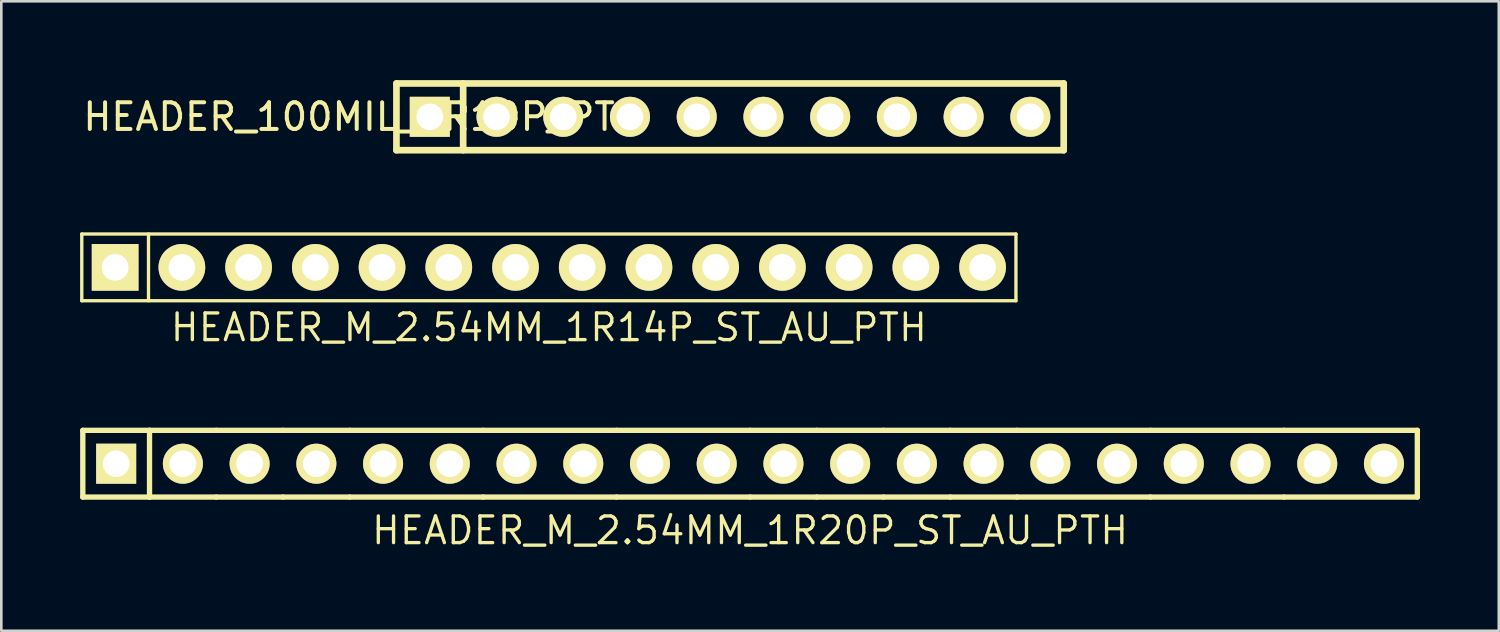
<source format=kicad_pcb>
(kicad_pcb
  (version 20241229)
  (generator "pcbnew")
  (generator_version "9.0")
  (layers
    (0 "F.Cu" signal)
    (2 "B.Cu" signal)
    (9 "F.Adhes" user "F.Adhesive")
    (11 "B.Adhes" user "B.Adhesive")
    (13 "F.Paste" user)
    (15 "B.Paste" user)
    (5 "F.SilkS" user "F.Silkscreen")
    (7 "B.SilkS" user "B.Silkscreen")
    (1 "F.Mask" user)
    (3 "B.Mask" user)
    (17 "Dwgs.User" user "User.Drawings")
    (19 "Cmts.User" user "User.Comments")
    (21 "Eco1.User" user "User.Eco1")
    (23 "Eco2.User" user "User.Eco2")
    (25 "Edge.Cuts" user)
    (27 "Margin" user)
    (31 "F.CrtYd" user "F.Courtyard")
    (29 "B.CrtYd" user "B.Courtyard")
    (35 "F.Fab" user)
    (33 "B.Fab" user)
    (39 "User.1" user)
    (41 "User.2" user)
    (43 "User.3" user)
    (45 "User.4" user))
  (footprint "HEADER_100MIL_1R10P_PTH"
    (layer "F.Cu")
    (at 24.741 1.397)
    (property "Reference" "HEADER_100MIL_1R10P_PTH" (at -13.97 0 0) (layer "F.SilkS") (effects (font (size 1.016 1.016) (thickness 0.152))))
    (attr through_hole)
    (fp_line (start -12.7 -1.27) (end 12.7 -1.27) (stroke (width 0.254) (type solid)) (layer "F.SilkS"))
    (fp_line (start -12.7 1.27) (end -12.7 -1.27) (stroke (width 0.254) (type solid)) (layer "F.SilkS"))
    (fp_line (start -10.16 -1.27) (end -10.16 1.27) (stroke (width 0.254) (type solid)) (layer "F.SilkS"))
    (fp_line (start 12.7 -1.27) (end 12.7 1.27) (stroke (width 0.254) (type solid)) (layer "F.SilkS"))
    (fp_line (start 12.7 1.27) (end -12.7 1.27) (stroke (width 0.254) (type solid)) (layer "F.SilkS"))
    (pad "1" thru_hole rect (at -11.43 0) (size 1.524 1.524) (drill 1.016) (layers "*.Cu" "*.Mask" "F.SilkS"))
    (pad "2" thru_hole circle (at -8.89 0) (size 1.524 1.524) (drill 1.016) (layers "*.Cu" "*.Mask" "F.SilkS"))
    (pad "3" thru_hole circle (at -6.35 0) (size 1.524 1.524) (drill 1.016) (layers "*.Cu" "*.Mask" "F.SilkS"))
    (pad "4" thru_hole circle (at -3.81 0) (size 1.524 1.524) (drill 1.016) (layers "*.Cu" "*.Mask" "F.SilkS"))
    (pad "5" thru_hole circle (at -1.27 0) (size 1.524 1.524) (drill 1.016) (layers "*.Cu" "*.Mask" "F.SilkS"))
    (pad "6" thru_hole circle (at 1.27 0) (size 1.524 1.524) (drill 1.016) (layers "*.Cu" "*.Mask" "F.SilkS"))
    (pad "7" thru_hole circle (at 3.81 0) (size 1.524 1.524) (drill 1.016) (layers "*.Cu" "*.Mask" "F.SilkS"))
    (pad "8" thru_hole circle (at 6.35 0) (size 1.524 1.524) (drill 1.016) (layers "*.Cu" "*.Mask" "F.SilkS"))
    (pad "9" thru_hole circle (at 8.89 0) (size 1.524 1.524) (drill 1.016) (layers "*.Cu" "*.Mask" "F.SilkS"))
    (pad "10" thru_hole circle (at 11.43 0) (size 1.524 1.524) (drill 1.016) (layers "*.Cu" "*.Mask" "F.SilkS")))
  (footprint "HEADER_M_2.54MM_1R20P_ST_AU_PTH"
    (layer "F.Cu")
    (at 25.502 14.602)
    (property "Reference" "HEADER_M_2.54MM_1R20P_ST_AU_PTH" (at 0 2.54 0) (layer "F.SilkS") (effects (font (size 1.016 1.016) (thickness 0.127))))
    (attr through_hole)
    (fp_line (start -25.4 -1.27) (end -22.86 -1.27) (stroke (width 0.203) (type solid)) (layer "F.SilkS"))
    (fp_line (start -25.4 1.27) (end -25.4 -1.27) (stroke (width 0.203) (type solid)) (layer "F.SilkS"))
    (fp_line (start -25.4 1.27) (end -22.86 1.27) (stroke (width 0.203) (type solid)) (layer "F.SilkS"))
    (fp_line (start -22.86 -1.27) (end -22.86 1.27) (stroke (width 0.203) (type solid)) (layer "F.SilkS"))
    (fp_line (start -22.86 -1.27) (end -20.32 -1.27) (stroke (width 0.203) (type solid)) (layer "F.SilkS"))
    (fp_line (start -22.86 1.27) (end -20.32 1.27) (stroke (width 0.203) (type solid)) (layer "F.SilkS"))
    (fp_line (start -20.32 -1.27) (end -17.78 -1.27) (stroke (width 0.203) (type solid)) (layer "F.SilkS"))
    (fp_line (start -20.32 1.27) (end -17.78 1.27) (stroke (width 0.203) (type solid)) (layer "F.SilkS"))
    (fp_line (start -17.78 -1.27) (end -15.24 -1.27) (stroke (width 0.203) (type solid)) (layer "F.SilkS"))
    (fp_line (start -17.78 1.27) (end -15.24 1.27) (stroke (width 0.203) (type solid)) (layer "F.SilkS"))
    (fp_line (start -15.24 -1.27) (end -10.16 -1.27) (stroke (width 0.203) (type solid)) (layer "F.SilkS"))
    (fp_line (start -15.24 1.27) (end -10.16 1.27) (stroke (width 0.203) (type solid)) (layer "F.SilkS"))
    (fp_line (start -10.16 -1.27) (end -5.08 -1.27) (stroke (width 0.203) (type solid)) (layer "F.SilkS"))
    (fp_line (start -10.16 1.27) (end -5.08 1.27) (stroke (width 0.203) (type solid)) (layer "F.SilkS"))
    (fp_line (start -5.08 -1.27) (end 0 -1.27) (stroke (width 0.203) (type solid)) (layer "F.SilkS"))
    (fp_line (start -5.08 1.27) (end 0 1.27) (stroke (width 0.203) (type solid)) (layer "F.SilkS"))
    (fp_line (start 0 -1.27) (end 2.54 -1.27) (stroke (width 0.203) (type solid)) (layer "F.SilkS"))
    (fp_line (start 0 1.27) (end 2.54 1.27) (stroke (width 0.203) (type solid)) (layer "F.SilkS"))
    (fp_line (start 2.54 -1.27) (end 5.08 -1.27) (stroke (width 0.203) (type solid)) (layer "F.SilkS"))
    (fp_line (start 2.54 1.27) (end 5.08 1.27) (stroke (width 0.203) (type solid)) (layer "F.SilkS"))
    (fp_line (start 5.08 -1.27) (end 7.62 -1.27) (stroke (width 0.203) (type solid)) (layer "F.SilkS"))
    (fp_line (start 5.08 1.27) (end 7.62 1.27) (stroke (width 0.203) (type solid)) (layer "F.SilkS"))
    (fp_line (start 7.62 -1.27) (end 10.16 -1.27) (stroke (width 0.203) (type solid)) (layer "F.SilkS"))
    (fp_line (start 7.62 1.27) (end 10.16 1.27) (stroke (width 0.203) (type solid)) (layer "F.SilkS"))
    (fp_line (start 10.16 -1.27) (end 15.24 -1.27) (stroke (width 0.203) (type solid)) (layer "F.SilkS"))
    (fp_line (start 10.16 1.27) (end 15.24 1.27) (stroke (width 0.203) (type solid)) (layer "F.SilkS"))
    (fp_line (start 15.24 -1.27) (end 20.32 -1.27) (stroke (width 0.203) (type solid)) (layer "F.SilkS"))
    (fp_line (start 15.24 1.27) (end 20.32 1.27) (stroke (width 0.203) (type solid)) (layer "F.SilkS"))
    (fp_line (start 20.32 -1.27) (end 25.4 -1.27) (stroke (width 0.203) (type solid)) (layer "F.SilkS"))
    (fp_line (start 20.32 1.27) (end 25.4 1.27) (stroke (width 0.203) (type solid)) (layer "F.SilkS"))
    (fp_line (start 25.4 -1.27) (end 25.4 1.27) (stroke (width 0.203) (type solid)) (layer "F.SilkS"))
    (pad "1" thru_hole rect (at -24.13 0) (size 1.524 1.524) (drill 1.016) (layers "*.Cu" "*.Mask" "F.SilkS"))
    (pad "2" thru_hole circle (at -21.59 0) (size 1.524 1.524) (drill 1.016) (layers "*.Cu" "*.Mask" "F.SilkS"))
    (pad "3" thru_hole circle (at -19.05 0) (size 1.524 1.524) (drill 1.016) (layers "*.Cu" "*.Mask" "F.SilkS"))
    (pad "4" thru_hole circle (at -16.51 0) (size 1.524 1.524) (drill 1.016) (layers "*.Cu" "*.Mask" "F.SilkS"))
    (pad "5" thru_hole circle (at -13.97 0) (size 1.524 1.524) (drill 1.016) (layers "*.Cu" "*.Mask" "F.SilkS"))
    (pad "6" thru_hole circle (at -11.43 0) (size 1.524 1.524) (drill 1.016) (layers "*.Cu" "*.Mask" "F.SilkS"))
    (pad "7" thru_hole circle (at -8.89 0) (size 1.524 1.524) (drill 1.016) (layers "*.Cu" "*.Mask" "F.SilkS"))
    (pad "8" thru_hole circle (at -6.35 0) (size 1.524 1.524) (drill 1.016) (layers "*.Cu" "*.Mask" "F.SilkS"))
    (pad "9" thru_hole circle (at -3.81 0) (size 1.524 1.524) (drill 1.016) (layers "*.Cu" "*.Mask" "F.SilkS"))
    (pad "10" thru_hole circle (at -1.27 0) (size 1.524 1.524) (drill 1.016) (layers "*.Cu" "*.Mask" "F.SilkS"))
    (pad "11" thru_hole circle (at 1.27 0) (size 1.524 1.524) (drill 1.016) (layers "*.Cu" "*.Mask" "F.SilkS"))
    (pad "12" thru_hole circle (at 3.81 0) (size 1.524 1.524) (drill 1.016) (layers "*.Cu" "*.Mask" "F.SilkS"))
    (pad "13" thru_hole circle (at 6.35 0) (size 1.524 1.524) (drill 1.016) (layers "*.Cu" "*.Mask" "F.SilkS"))
    (pad "14" thru_hole circle (at 8.89 0) (size 1.524 1.524) (drill 1.016) (layers "*.Cu" "*.Mask" "F.SilkS"))
    (pad "15" thru_hole circle (at 11.43 0) (size 1.524 1.524) (drill 1.016) (layers "*.Cu" "*.Mask" "F.SilkS"))
    (pad "16" thru_hole circle (at 13.97 0) (size 1.524 1.524) (drill 1.016) (layers "*.Cu" "*.Mask" "F.SilkS"))
    (pad "17" thru_hole circle (at 16.51 0) (size 1.524 1.524) (drill 1.016) (layers "*.Cu" "*.Mask" "F.SilkS"))
    (pad "18" thru_hole circle (at 19.05 0) (size 1.524 1.524) (drill 1.016) (layers "*.Cu" "*.Mask" "F.SilkS"))
    (pad "19" thru_hole circle (at 21.59 0) (size 1.524 1.524) (drill 1.016) (layers "*.Cu" "*.Mask" "F.SilkS"))
    (pad "20" thru_hole circle (at 24.13 0) (size 1.524 1.524) (drill 1.016) (layers "*.Cu" "*.Mask" "F.SilkS")))
  (footprint "HEADER_M_2.54MM_1R14P_ST_AU_PTH"
    (layer "F.Cu")
    (at 17.843 7.128)
    (property "Reference" "HEADER_M_2.54MM_1R14P_ST_AU_PTH" (at 0 2.286 180) (layer "F.SilkS") (effects (font (size 1.016 1.016) (thickness 0.127))))
    (attr through_hole)
    (fp_line (start -17.78 -1.27) (end -17.78 1.27) (stroke (width 0.127) (type solid)) (layer "F.SilkS"))
    (fp_line (start -17.78 -1.27) (end 17.78 -1.27) (stroke (width 0.127) (type solid)) (layer "F.SilkS"))
    (fp_line (start -15.24 -1.27) (end -15.24 1.27) (stroke (width 0.127) (type solid)) (layer "F.SilkS"))
    (fp_line (start 17.78 -1.27) (end 17.78 1.27) (stroke (width 0.127) (type solid)) (layer "F.SilkS"))
    (fp_line (start 17.78 1.27) (end -17.78 1.27) (stroke (width 0.127) (type solid)) (layer "F.SilkS"))
    (pad "1" thru_hole rect (at -16.51 0) (size 1.778 1.778) (drill 1.016) (layers "*.Cu" "*.Mask" "F.SilkS"))
    (pad "2" thru_hole circle (at -13.97 0) (size 1.778 1.778) (drill 1.016) (layers "*.Cu" "*.Mask" "F.SilkS"))
    (pad "3" thru_hole circle (at -11.43 0) (size 1.778 1.778) (drill 1.016) (layers "*.Cu" "*.Mask" "F.SilkS"))
    (pad "4" thru_hole circle (at -8.89 0) (size 1.778 1.778) (drill 1.016) (layers "*.Cu" "*.Mask" "F.SilkS"))
    (pad "5" thru_hole circle (at -6.35 0) (size 1.778 1.778) (drill 1.016) (layers "*.Cu" "*.Mask" "F.SilkS"))
    (pad "6" thru_hole circle (at -3.81 0) (size 1.778 1.778) (drill 1.016) (layers "*.Cu" "*.Mask" "F.SilkS"))
    (pad "7" thru_hole circle (at -1.27 0) (size 1.778 1.778) (drill 1.016) (layers "*.Cu" "*.Mask" "F.SilkS"))
    (pad "8" thru_hole circle (at 1.27 0) (size 1.778 1.778) (drill 1.016) (layers "*.Cu" "*.Mask" "F.SilkS"))
    (pad "9" thru_hole circle (at 3.81 0) (size 1.778 1.778) (drill 1.016) (layers "*.Cu" "*.Mask" "F.SilkS"))
    (pad "10" thru_hole circle (at 6.35 0) (size 1.778 1.778) (drill 1.016) (layers "*.Cu" "*.Mask" "F.SilkS"))
    (pad "11" thru_hole circle (at 8.89 0) (size 1.778 1.778) (drill 1.016) (layers "*.Cu" "*.Mask" "F.SilkS"))
    (pad "12" thru_hole circle (at 11.43 0) (size 1.778 1.778) (drill 1.016) (layers "*.Cu" "*.Mask" "F.SilkS"))
    (pad "13" thru_hole circle (at 13.97 0) (size 1.778 1.778) (drill 1.016) (layers "*.Cu" "*.Mask" "F.SilkS"))
    (pad "14" thru_hole circle (at 16.51 0) (size 1.778 1.778) (drill 1.016) (layers "*.Cu" "*.Mask" "F.SilkS")))
  (gr_rect
    (start -3 -3)
    (end 54.003 20.96)
    (stroke (width 0.1) (type default))
    (fill no)
    (layer "Edge.Cuts")))
</source>
